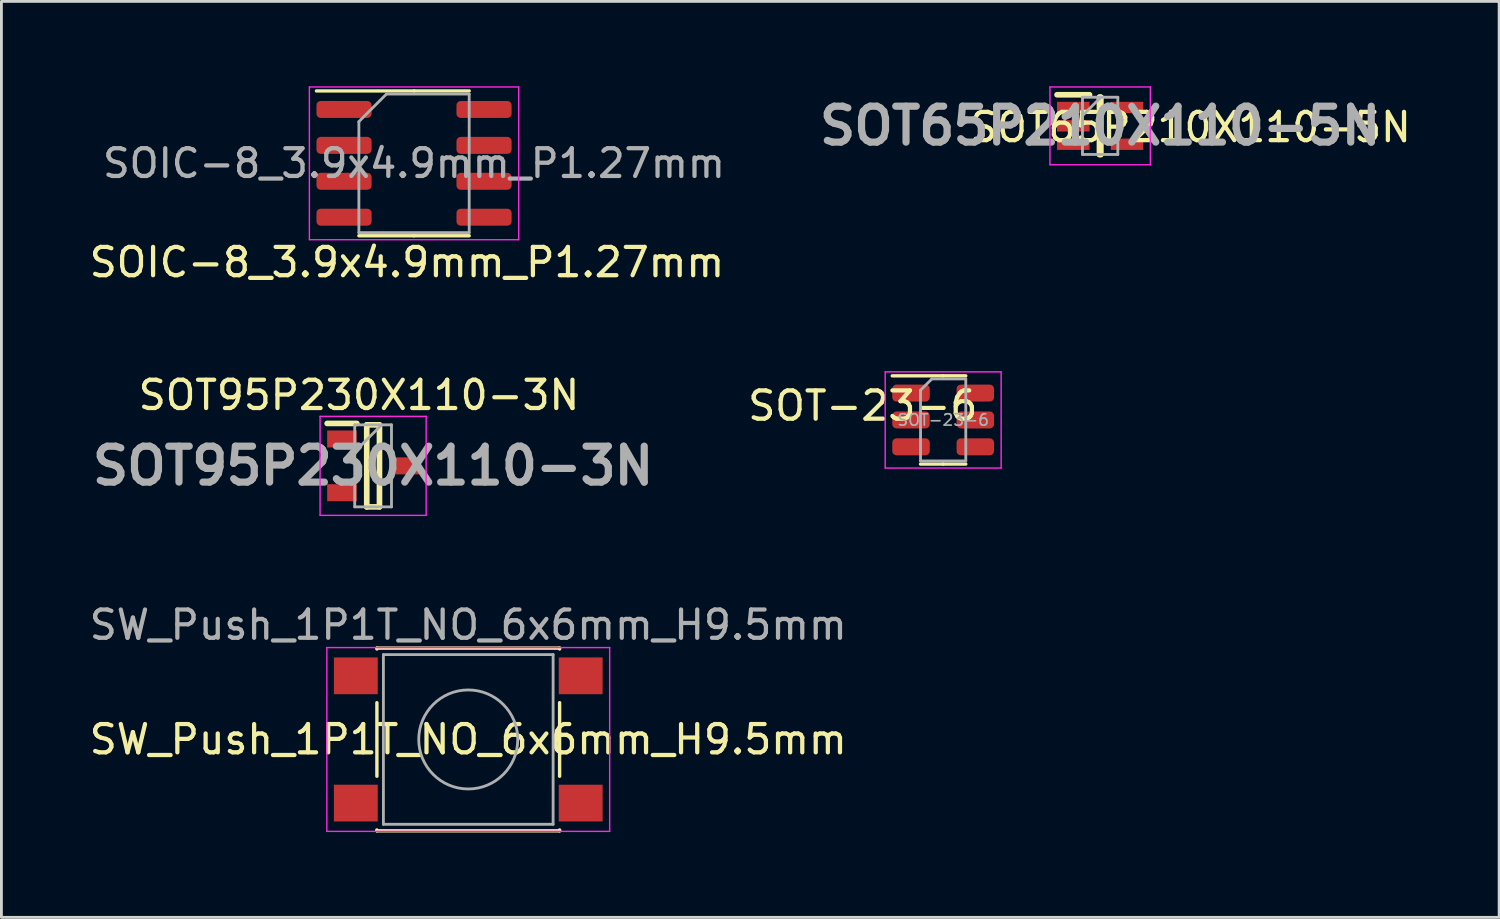
<source format=kicad_pcb>
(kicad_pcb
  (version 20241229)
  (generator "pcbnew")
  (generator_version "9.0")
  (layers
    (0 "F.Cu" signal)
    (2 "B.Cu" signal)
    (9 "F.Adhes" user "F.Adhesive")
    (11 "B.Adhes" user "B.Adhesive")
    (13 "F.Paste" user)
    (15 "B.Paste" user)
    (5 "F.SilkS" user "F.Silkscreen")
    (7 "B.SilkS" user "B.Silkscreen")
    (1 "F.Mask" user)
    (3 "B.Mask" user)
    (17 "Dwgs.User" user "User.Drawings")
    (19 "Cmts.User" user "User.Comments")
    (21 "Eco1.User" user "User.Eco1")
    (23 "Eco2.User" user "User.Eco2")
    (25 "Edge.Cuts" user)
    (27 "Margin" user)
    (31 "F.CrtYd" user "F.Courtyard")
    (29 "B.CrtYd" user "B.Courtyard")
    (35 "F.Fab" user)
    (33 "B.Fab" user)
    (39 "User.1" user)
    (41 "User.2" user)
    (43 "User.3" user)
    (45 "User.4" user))
  (footprint "SOT65P210X110-5N"
    (layer "F.Cu")
    (at 35.848 1.4)
    (property "Reference" "SOT65P210X110-5N" (at 3.196 0.05 0) (layer "F.SilkS") (effects (font (size 1 1) (thickness 0.15))))
    (attr smd)
    (fp_line (start -1.525 -1.1) (end -0.375 -1.1) (stroke (width 0.2) (type solid)) (layer "F.SilkS"))
    (fp_line (start -0.025 -1.012) (end 0.025 -1.012) (stroke (width 0.2) (type solid)) (layer "F.SilkS"))
    (fp_line (start -0.025 1.012) (end -0.025 -1.012) (stroke (width 0.2) (type solid)) (layer "F.SilkS"))
    (fp_line (start 0.025 -1.012) (end 0.025 1.012) (stroke (width 0.2) (type solid)) (layer "F.SilkS"))
    (fp_line (start 0.025 1.012) (end -0.025 1.012) (stroke (width 0.2) (type solid)) (layer "F.SilkS"))
    (fp_line (start -1.775 -1.375) (end 1.775 -1.375) (stroke (width 0.05) (type solid)) (layer "F.CrtYd"))
    (fp_line (start -1.775 1.375) (end -1.775 -1.375) (stroke (width 0.05) (type solid)) (layer "F.CrtYd"))
    (fp_line (start 1.775 -1.375) (end 1.775 1.375) (stroke (width 0.05) (type solid)) (layer "F.CrtYd"))
    (fp_line (start 1.775 1.375) (end -1.775 1.375) (stroke (width 0.05) (type solid)) (layer "F.CrtYd"))
    (fp_line (start -0.625 -1.012) (end 0.625 -1.012) (stroke (width 0.1) (type solid)) (layer "F.Fab"))
    (fp_line (start -0.625 -0.362) (end 0.025 -1.012) (stroke (width 0.1) (type solid)) (layer "F.Fab"))
    (fp_line (start -0.625 1.012) (end -0.625 -1.012) (stroke (width 0.1) (type solid)) (layer "F.Fab"))
    (fp_line (start 0.625 -1.012) (end 0.625 1.012) (stroke (width 0.1) (type solid)) (layer "F.Fab"))
    (fp_line (start 0.625 1.012) (end -0.625 1.012) (stroke (width 0.1) (type solid)) (layer "F.Fab"))
    (fp_text user "${REFERENCE}" (at 0 0 0) (layer "F.Fab") (effects (font (size 1.27 1.27) (thickness 0.254))))
    (pad "1" smd rect (at -0.95 -0.65 90) (size 0.4 1.15) (layers "F.Cu" "F.Mask" "F.Paste"))
    (pad "2" smd rect (at -0.95 0 90) (size 0.4 1.15) (layers "F.Cu" "F.Mask" "F.Paste"))
    (pad "3" smd rect (at -0.95 0.65 90) (size 0.4 1.15) (layers "F.Cu" "F.Mask" "F.Paste"))
    (pad "4" smd rect (at 0.95 0.65 90) (size 0.4 1.15) (layers "F.Cu" "F.Mask" "F.Paste"))
    (pad "5" smd rect (at 0.95 -0.65 90) (size 0.4 1.15) (layers "F.Cu" "F.Mask" "F.Paste")))
  (footprint "SOT95P230X110-3N"
    (layer "F.Cu")
    (at 10.142 13.421)
    (property "Reference" "SOT95P230X110-3N" (at -0.5 -2.5 180) (layer "F.SilkS") (effects (font (size 1 1) (thickness 0.15))))
    (attr smd)
    (fp_line (start -1.625 -1.5) (end -0.575 -1.5) (stroke (width 0.2) (type solid)) (layer "F.SilkS"))
    (fp_line (start -0.225 -1.45) (end 0.225 -1.45) (stroke (width 0.2) (type solid)) (layer "F.SilkS"))
    (fp_line (start -0.225 1.45) (end -0.225 -1.45) (stroke (width 0.2) (type solid)) (layer "F.SilkS"))
    (fp_line (start 0.225 -1.45) (end 0.225 1.45) (stroke (width 0.2) (type solid)) (layer "F.SilkS"))
    (fp_line (start 0.225 1.45) (end -0.225 1.45) (stroke (width 0.2) (type solid)) (layer "F.SilkS"))
    (fp_line (start -1.875 -1.75) (end 1.875 -1.75) (stroke (width 0.05) (type solid)) (layer "F.CrtYd"))
    (fp_line (start -1.875 1.75) (end -1.875 -1.75) (stroke (width 0.05) (type solid)) (layer "F.CrtYd"))
    (fp_line (start 1.875 -1.75) (end 1.875 1.75) (stroke (width 0.05) (type solid)) (layer "F.CrtYd"))
    (fp_line (start 1.875 1.75) (end -1.875 1.75) (stroke (width 0.05) (type solid)) (layer "F.CrtYd"))
    (fp_line (start -0.65 -1.45) (end 0.65 -1.45) (stroke (width 0.1) (type solid)) (layer "F.Fab"))
    (fp_line (start -0.65 -0.5) (end 0.3 -1.45) (stroke (width 0.1) (type solid)) (layer "F.Fab"))
    (fp_line (start -0.65 1.45) (end -0.65 -1.45) (stroke (width 0.1) (type solid)) (layer "F.Fab"))
    (fp_line (start 0.65 -1.45) (end 0.65 1.45) (stroke (width 0.1) (type solid)) (layer "F.Fab"))
    (fp_line (start 0.65 1.45) (end -0.65 1.45) (stroke (width 0.1) (type solid)) (layer "F.Fab"))
    (fp_text user "${REFERENCE}" (at 0 0 180) (layer "F.Fab") (effects (font (size 1.27 1.27) (thickness 0.254))))
    (pad "1" smd rect (at -1.1 -0.95 90) (size 0.6 1.05) (layers "F.Cu" "F.Mask" "F.Paste"))
    (pad "2" smd rect (at -1.1 0.95 90) (size 0.6 1.05) (layers "F.Cu" "F.Mask" "F.Paste"))
    (pad "3" smd rect (at 1.1 0 90) (size 0.6 1.05) (layers "F.Cu" "F.Mask" "F.Paste")))
  (footprint "SOT-23-6"
    (layer "F.Cu")
    (at 30.297 11.798)
    (property "Reference" "SOT-23-6" (at -2.841 -0.5 0) (layer "F.SilkS") (effects (font (size 1 1) (thickness 0.15))))
    (attr smd)
    (fp_line (start 0 -1.56) (end -1.8 -1.56) (stroke (width 0.12) (type solid)) (layer "F.SilkS"))
    (fp_line (start 0 -1.56) (end 0.8 -1.56) (stroke (width 0.12) (type solid)) (layer "F.SilkS"))
    (fp_line (start 0 1.56) (end -0.8 1.56) (stroke (width 0.12) (type solid)) (layer "F.SilkS"))
    (fp_line (start 0 1.56) (end 0.8 1.56) (stroke (width 0.12) (type solid)) (layer "F.SilkS"))
    (fp_line (start -2.05 -1.7) (end -2.05 1.7) (stroke (width 0.05) (type solid)) (layer "F.CrtYd"))
    (fp_line (start -2.05 1.7) (end 2.05 1.7) (stroke (width 0.05) (type solid)) (layer "F.CrtYd"))
    (fp_line (start 2.05 -1.7) (end -2.05 -1.7) (stroke (width 0.05) (type solid)) (layer "F.CrtYd"))
    (fp_line (start 2.05 1.7) (end 2.05 -1.7) (stroke (width 0.05) (type solid)) (layer "F.CrtYd"))
    (fp_line (start -0.8 -1.05) (end -0.4 -1.45) (stroke (width 0.1) (type solid)) (layer "F.Fab"))
    (fp_line (start -0.8 1.45) (end -0.8 -1.05) (stroke (width 0.1) (type solid)) (layer "F.Fab"))
    (fp_line (start -0.4 -1.45) (end 0.8 -1.45) (stroke (width 0.1) (type solid)) (layer "F.Fab"))
    (fp_line (start 0.8 -1.45) (end 0.8 1.45) (stroke (width 0.1) (type solid)) (layer "F.Fab"))
    (fp_line (start 0.8 1.45) (end -0.8 1.45) (stroke (width 0.1) (type solid)) (layer "F.Fab"))
    (fp_text user "${REFERENCE}" (at 0 0 0) (layer "F.Fab") (effects (font (size 0.4 0.4) (thickness 0.06))))
    (pad "1" smd roundrect (at -1.137 -0.95) (size 1.325 0.6) (layers "F.Cu" "F.Mask" "F.Paste") (roundrect_rratio 0.25))
    (pad "2" smd roundrect (at -1.137 0) (size 1.325 0.6) (layers "F.Cu" "F.Mask" "F.Paste") (roundrect_rratio 0.25))
    (pad "3" smd roundrect (at -1.137 0.95) (size 1.325 0.6) (layers "F.Cu" "F.Mask" "F.Paste") (roundrect_rratio 0.25))
    (pad "4" smd roundrect (at 1.137 0.95) (size 1.325 0.6) (layers "F.Cu" "F.Mask" "F.Paste") (roundrect_rratio 0.25))
    (pad "5" smd roundrect (at 1.137 0) (size 1.325 0.6) (layers "F.Cu" "F.Mask" "F.Paste") (roundrect_rratio 0.25))
    (pad "6" smd roundrect (at 1.137 -0.95) (size 1.325 0.6) (layers "F.Cu" "F.Mask" "F.Paste") (roundrect_rratio 0.25)))
  (footprint "SOIC-8_3.9x4.9mm_P1.27mm"
    (layer "F.Cu")
    (at 11.589 2.725)
    (property "Reference" "SOIC-8_3.9x4.9mm_P1.27mm" (at -0.25 3.5 0) (layer "F.SilkS") (effects (font (size 1 1) (thickness 0.15))))
    (attr smd)
    (fp_line (start 0 -2.56) (end -3.45 -2.56) (stroke (width 0.12) (type solid)) (layer "F.SilkS"))
    (fp_line (start 0 -2.56) (end 1.95 -2.56) (stroke (width 0.12) (type solid)) (layer "F.SilkS"))
    (fp_line (start 0 2.56) (end -1.95 2.56) (stroke (width 0.12) (type solid)) (layer "F.SilkS"))
    (fp_line (start 0 2.56) (end 1.95 2.56) (stroke (width 0.12) (type solid)) (layer "F.SilkS"))
    (fp_line (start -3.7 -2.7) (end -3.7 2.7) (stroke (width 0.05) (type solid)) (layer "F.CrtYd"))
    (fp_line (start -3.7 2.7) (end 3.7 2.7) (stroke (width 0.05) (type solid)) (layer "F.CrtYd"))
    (fp_line (start 3.7 -2.7) (end -3.7 -2.7) (stroke (width 0.05) (type solid)) (layer "F.CrtYd"))
    (fp_line (start 3.7 2.7) (end 3.7 -2.7) (stroke (width 0.05) (type solid)) (layer "F.CrtYd"))
    (fp_line (start -1.95 -1.475) (end -0.975 -2.45) (stroke (width 0.1) (type solid)) (layer "F.Fab"))
    (fp_line (start -1.95 2.45) (end -1.95 -1.475) (stroke (width 0.1) (type solid)) (layer "F.Fab"))
    (fp_line (start -0.975 -2.45) (end 1.95 -2.45) (stroke (width 0.1) (type solid)) (layer "F.Fab"))
    (fp_line (start 1.95 -2.45) (end 1.95 2.45) (stroke (width 0.1) (type solid)) (layer "F.Fab"))
    (fp_line (start 1.95 2.45) (end -1.95 2.45) (stroke (width 0.1) (type solid)) (layer "F.Fab"))
    (fp_text user "${REFERENCE}" (at 0 0 0) (layer "F.Fab") (effects (font (size 0.98 0.98) (thickness 0.15))))
    (pad "1" smd roundrect (at -2.475 -1.905) (size 1.95 0.6) (layers "F.Cu" "F.Mask" "F.Paste") (roundrect_rratio 0.25))
    (pad "2" smd roundrect (at -2.475 -0.635) (size 1.95 0.6) (layers "F.Cu" "F.Mask" "F.Paste") (roundrect_rratio 0.25))
    (pad "3" smd roundrect (at -2.475 0.635) (size 1.95 0.6) (layers "F.Cu" "F.Mask" "F.Paste") (roundrect_rratio 0.25))
    (pad "4" smd roundrect (at -2.475 1.905) (size 1.95 0.6) (layers "F.Cu" "F.Mask" "F.Paste") (roundrect_rratio 0.25))
    (pad "5" smd roundrect (at 2.475 1.905) (size 1.95 0.6) (layers "F.Cu" "F.Mask" "F.Paste") (roundrect_rratio 0.25))
    (pad "6" smd roundrect (at 2.475 0.635) (size 1.95 0.6) (layers "F.Cu" "F.Mask" "F.Paste") (roundrect_rratio 0.25))
    (pad "7" smd roundrect (at 2.475 -0.635) (size 1.95 0.6) (layers "F.Cu" "F.Mask" "F.Paste") (roundrect_rratio 0.25))
    (pad "8" smd roundrect (at 2.475 -1.905) (size 1.95 0.6) (layers "F.Cu" "F.Mask" "F.Paste") (roundrect_rratio 0.25)))
  (footprint "SW_Push_1P1T_NO_6x6mm_H9.5mm"
    (layer "F.Cu")
    (at 13.506 23.095)
    (property "Reference" "SW_Push_1P1T_NO_6x6mm_H9.5mm" (at 0 0 0) (layer "F.SilkS") (effects (font (size 1 1) (thickness 0.15))))
    (attr smd)
    (fp_line (start -3.23 -3.23) (end 3.23 -3.23) (stroke (width 0.12) (type solid)) (layer "F.SilkS"))
    (fp_line (start -3.23 -3.2) (end -3.23 -3.23) (stroke (width 0.12) (type solid)) (layer "F.SilkS"))
    (fp_line (start -3.23 -1.3) (end -3.23 1.3) (stroke (width 0.12) (type solid)) (layer "F.SilkS"))
    (fp_line (start -3.23 3.23) (end -3.23 3.2) (stroke (width 0.12) (type solid)) (layer "F.SilkS"))
    (fp_line (start -3.23 3.23) (end 3.23 3.23) (stroke (width 0.12) (type solid)) (layer "F.SilkS"))
    (fp_line (start 3.23 -3.23) (end 3.23 -3.2) (stroke (width 0.12) (type solid)) (layer "F.SilkS"))
    (fp_line (start 3.23 -1.3) (end 3.23 1.3) (stroke (width 0.12) (type solid)) (layer "F.SilkS"))
    (fp_line (start 3.23 3.23) (end 3.23 3.2) (stroke (width 0.12) (type solid)) (layer "F.SilkS"))
    (fp_line (start -5 -3.25) (end -5 3.25) (stroke (width 0.05) (type solid)) (layer "F.CrtYd"))
    (fp_line (start -5 -3.25) (end 5 -3.25) (stroke (width 0.05) (type solid)) (layer "F.CrtYd"))
    (fp_line (start -5 3.25) (end 5 3.25) (stroke (width 0.05) (type solid)) (layer "F.CrtYd"))
    (fp_line (start 5 3.25) (end 5 -3.25) (stroke (width 0.05) (type solid)) (layer "F.CrtYd"))
    (fp_line (start -3 -3) (end -3 3) (stroke (width 0.1) (type solid)) (layer "F.Fab"))
    (fp_line (start -3 3) (end 3 3) (stroke (width 0.1) (type solid)) (layer "F.Fab"))
    (fp_line (start 3 -3) (end -3 -3) (stroke (width 0.1) (type solid)) (layer "F.Fab"))
    (fp_line (start 3 3) (end 3 -3) (stroke (width 0.1) (type solid)) (layer "F.Fab"))
    (fp_circle (center 0 0) (end 1.75 -0.05) (stroke (width 0.1) (type solid)) (fill no) (layer "F.Fab"))
    (fp_text user "${REFERENCE}" (at 0 -4.05 0) (layer "F.Fab") (effects (font (size 1 1) (thickness 0.15))))
    (pad "1" smd rect (at -3.975 -2.25) (size 1.55 1.3) (layers "F.Cu" "F.Mask" "F.Paste"))
    (pad "1" smd rect (at 3.975 -2.25) (size 1.55 1.3) (layers "F.Cu" "F.Mask" "F.Paste"))
    (pad "2" smd rect (at -3.975 2.25) (size 1.55 1.3) (layers "F.Cu" "F.Mask" "F.Paste"))
    (pad "2" smd rect (at 3.975 2.25) (size 1.55 1.3) (layers "F.Cu" "F.Mask" "F.Paste")))
  (gr_rect
    (start -3 -3)
    (end 49.955 29.385)
    (stroke (width 0.1) (type default))
    (fill no)
    (layer "Edge.Cuts")))
</source>
